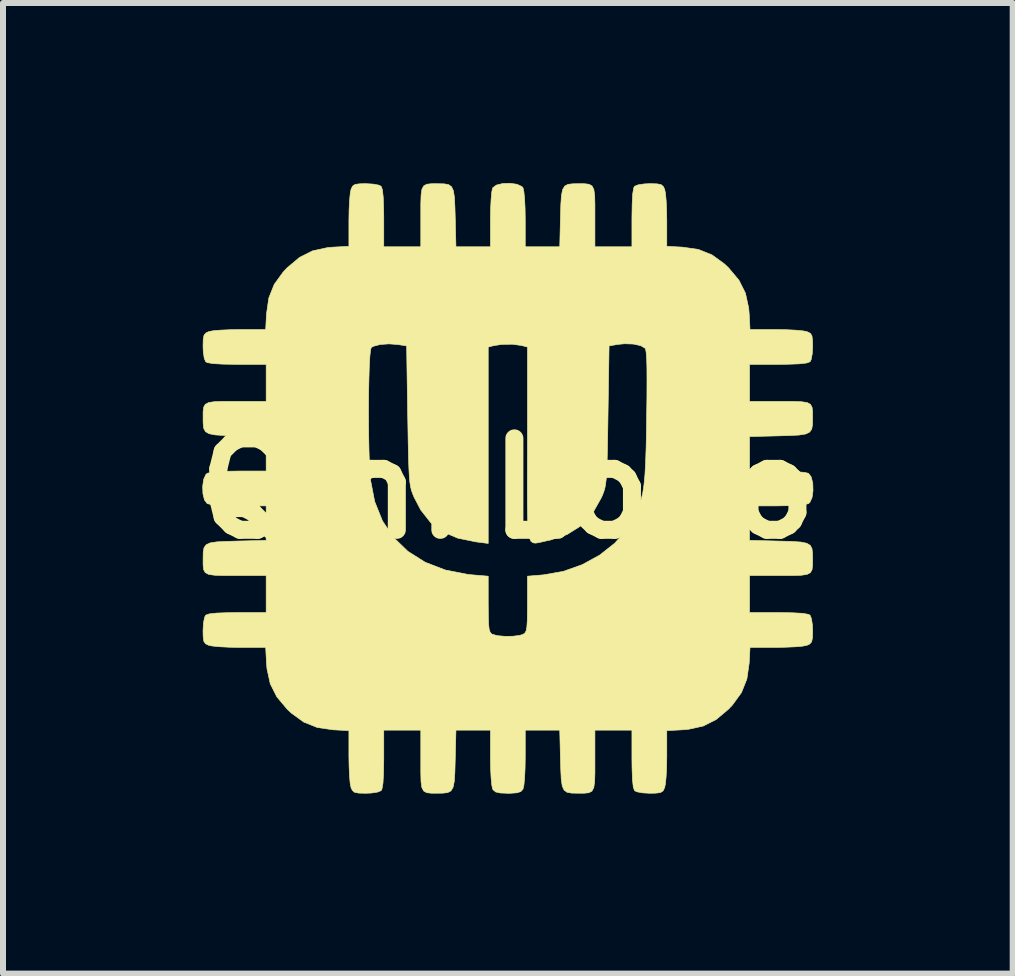
<source format=kicad_pcb>
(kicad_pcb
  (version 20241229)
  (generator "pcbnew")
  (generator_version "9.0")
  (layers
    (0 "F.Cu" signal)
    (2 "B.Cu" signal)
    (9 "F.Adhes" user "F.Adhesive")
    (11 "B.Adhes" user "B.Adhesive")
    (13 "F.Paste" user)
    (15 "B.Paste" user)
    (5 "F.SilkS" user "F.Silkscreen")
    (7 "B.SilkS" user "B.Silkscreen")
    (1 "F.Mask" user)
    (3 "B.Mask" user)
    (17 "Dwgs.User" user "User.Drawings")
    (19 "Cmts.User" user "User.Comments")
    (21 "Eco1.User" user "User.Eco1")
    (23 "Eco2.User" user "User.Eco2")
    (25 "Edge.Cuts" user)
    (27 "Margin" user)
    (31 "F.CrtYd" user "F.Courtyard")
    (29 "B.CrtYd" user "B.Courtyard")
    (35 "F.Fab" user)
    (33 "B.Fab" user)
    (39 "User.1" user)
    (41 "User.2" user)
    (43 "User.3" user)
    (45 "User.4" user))
  (footprint "QmkLogo"
    (layer "F.Cu")
    (at 5.414 5.091)
    (property "Reference" "QmkLogo" (at 0 0 0) (layer "F.SilkS") (effects (font (size 1.524 1.524) (thickness 0.3))))
    (attr through_hole)
    (fp_poly (pts (xy 0.152 -5.07) (xy 0.234 -5.032) (xy 0.253 -5.01) (xy 0.267 -4.948) (xy 0.279 -4.83) (xy 0.287 -4.672) (xy 0.29 -4.493) (xy 0.29 -4.484) (xy 0.29 -4.028) (xy 0.865 -4.028) (xy 0.877 -4.519) (xy 0.883 -4.731) (xy 0.893 -4.882) (xy 0.913 -4.981) (xy 0.948 -5.04) (xy 1.003 -5.069) (xy 1.085 -5.078) (xy 1.167 -5.079) (xy 1.276 -5.079) (xy 1.353 -5.07) (xy 1.403 -5.042) (xy 1.433 -4.984) (xy 1.447 -4.885) (xy 1.451 -4.734) (xy 1.451 -4.532) (xy 1.451 -4.028) (xy 2.068 -4.028) (xy 2.068 -4.51) (xy 2.072 -4.746) (xy 2.081 -4.912) (xy 2.098 -5.009) (xy 2.112 -5.036) (xy 2.17 -5.06) (xy 2.275 -5.076) (xy 2.367 -5.08) (xy 2.487 -5.077) (xy 2.556 -5.063) (xy 2.593 -5.03) (xy 2.613 -4.987) (xy 2.628 -4.914) (xy 2.639 -4.788) (xy 2.646 -4.626) (xy 2.649 -4.465) (xy 2.649 -4.036) (xy 2.912 -4.022) (xy 3.175 -3.984) (xy 3.401 -3.894) (xy 3.608 -3.744) (xy 3.678 -3.678) (xy 3.851 -3.472) (xy 3.96 -3.255) (xy 4.014 -3.007) (xy 4.022 -2.912) (xy 4.036 -2.649) (xy 4.465 -2.649) (xy 4.643 -2.646) (xy 4.802 -2.638) (xy 4.924 -2.626) (xy 4.987 -2.613) (xy 5.04 -2.587) (xy 5.068 -2.544) (xy 5.078 -2.466) (xy 5.08 -2.367) (xy 5.073 -2.244) (xy 5.055 -2.149) (xy 5.036 -2.112) (xy 4.979 -2.091) (xy 4.856 -2.077) (xy 4.663 -2.07) (xy 4.51 -2.068) (xy 4.028 -2.068) (xy 4.028 -1.451) (xy 4.532 -1.451) (xy 4.742 -1.451) (xy 4.89 -1.446) (xy 4.987 -1.432) (xy 5.044 -1.401) (xy 5.071 -1.35) (xy 5.079 -1.272) (xy 5.079 -1.167) (xy 5.077 -1.062) (xy 5.064 -0.988) (xy 5.028 -0.938) (xy 4.961 -0.907) (xy 4.85 -0.89) (xy 4.685 -0.882) (xy 4.519 -0.877) (xy 4.028 -0.865) (xy 4.028 -0.29) (xy 4.484 -0.29) (xy 4.664 -0.287) (xy 4.823 -0.279) (xy 4.943 -0.268) (xy 5.008 -0.253) (xy 5.01 -0.253) (xy 5.056 -0.192) (xy 5.082 -0.087) (xy 5.086 0.036) (xy 5.07 0.152) (xy 5.032 0.234) (xy 5.01 0.253) (xy 4.948 0.267) (xy 4.83 0.279) (xy 4.672 0.287) (xy 4.493 0.29) (xy 4.484 0.29) (xy 4.028 0.29) (xy 4.028 0.865) (xy 4.519 0.877) (xy 4.731 0.883) (xy 4.882 0.893) (xy 4.981 0.913) (xy 5.04 0.948) (xy 5.069 1.003) (xy 5.078 1.085) (xy 5.079 1.167) (xy 5.079 1.276) (xy 5.07 1.353) (xy 5.042 1.403) (xy 4.984 1.433) (xy 4.885 1.447) (xy 4.734 1.451) (xy 4.532 1.451) (xy 4.028 1.451) (xy 4.028 2.068) (xy 4.51 2.068) (xy 4.746 2.072) (xy 4.912 2.081) (xy 5.009 2.098) (xy 5.036 2.112) (xy 5.06 2.17) (xy 5.076 2.275) (xy 5.08 2.367) (xy 5.077 2.487) (xy 5.063 2.556) (xy 5.03 2.593) (xy 4.987 2.613) (xy 4.914 2.628) (xy 4.788 2.639) (xy 4.626 2.646) (xy 4.465 2.649) (xy 4.036 2.649) (xy 4.022 2.912) (xy 3.984 3.175) (xy 3.894 3.401) (xy 3.744 3.608) (xy 3.678 3.678) (xy 3.472 3.851) (xy 3.255 3.96) (xy 3.007 4.014) (xy 2.912 4.022) (xy 2.649 4.036) (xy 2.649 4.465) (xy 2.646 4.643) (xy 2.638 4.802) (xy 2.626 4.924) (xy 2.613 4.987) (xy 2.587 5.04) (xy 2.544 5.068) (xy 2.466 5.078) (xy 2.367 5.08) (xy 2.244 5.073) (xy 2.149 5.055) (xy 2.112 5.036) (xy 2.091 4.979) (xy 2.077 4.856) (xy 2.07 4.663) (xy 2.068 4.51) (xy 2.068 4.028) (xy 1.451 4.028) (xy 1.451 4.532) (xy 1.451 4.742) (xy 1.446 4.89) (xy 1.432 4.987) (xy 1.401 5.044) (xy 1.35 5.071) (xy 1.272 5.079) (xy 1.167 5.079) (xy 1.062 5.077) (xy 0.988 5.064) (xy 0.938 5.028) (xy 0.907 4.961) (xy 0.89 4.85) (xy 0.882 4.685) (xy 0.877 4.519) (xy 0.865 4.028) (xy 0.29 4.028) (xy 0.29 4.484) (xy 0.287 4.664) (xy 0.279 4.823) (xy 0.268 4.943) (xy 0.253 5.008) (xy 0.253 5.01) (xy 0.217 5.051) (xy 0.153 5.072) (xy 0.042 5.08) (xy 0 5.08) (xy -0.128 5.075) (xy -0.203 5.058) (xy -0.245 5.023) (xy -0.253 5.01) (xy -0.267 4.948) (xy -0.279 4.83) (xy -0.287 4.672) (xy -0.29 4.493) (xy -0.29 4.484) (xy -0.29 4.028) (xy -0.865 4.028) (xy -0.877 4.519) (xy -0.883 4.731) (xy -0.893 4.882) (xy -0.913 4.981) (xy -0.948 5.04) (xy -1.003 5.069) (xy -1.085 5.078) (xy -1.167 5.079) (xy -1.276 5.079) (xy -1.353 5.07) (xy -1.403 5.042) (xy -1.433 4.984) (xy -1.447 4.885) (xy -1.451 4.734) (xy -1.451 4.532) (xy -1.451 4.028) (xy -2.068 4.028) (xy -2.068 4.51) (xy -2.072 4.746) (xy -2.081 4.912) (xy -2.098 5.009) (xy -2.112 5.036) (xy -2.17 5.06) (xy -2.275 5.076) (xy -2.367 5.08) (xy -2.487 5.077) (xy -2.556 5.063) (xy -2.593 5.03) (xy -2.613 4.987) (xy -2.628 4.914) (xy -2.639 4.788) (xy -2.646 4.626) (xy -2.649 4.465) (xy -2.649 4.036) (xy -2.912 4.022) (xy -3.175 3.984) (xy -3.401 3.894) (xy -3.608 3.744) (xy -3.678 3.678) (xy -3.851 3.472) (xy -3.96 3.255) (xy -4.014 3.007) (xy -4.022 2.912) (xy -4.036 2.649) (xy -4.465 2.649) (xy -4.643 2.646) (xy -4.802 2.638) (xy -4.924 2.626) (xy -4.987 2.613) (xy -5.04 2.587) (xy -5.068 2.544) (xy -5.078 2.466) (xy -5.08 2.367) (xy -5.073 2.244) (xy -5.055 2.149) (xy -5.036 2.112) (xy -4.979 2.091) (xy -4.856 2.077) (xy -4.663 2.07) (xy -4.51 2.068) (xy -4.028 2.068) (xy -4.028 1.451) (xy -4.532 1.451) (xy -4.742 1.451) (xy -4.89 1.446) (xy -4.987 1.432) (xy -5.044 1.401) (xy -5.071 1.35) (xy -5.079 1.272) (xy -5.079 1.167) (xy -5.077 1.062) (xy -5.064 0.988) (xy -5.028 0.938) (xy -4.961 0.907) (xy -4.85 0.89) (xy -4.685 0.882) (xy -4.519 0.877) (xy -4.028 0.865) (xy -4.028 0.29) (xy -4.484 0.29) (xy -4.664 0.287) (xy -4.823 0.279) (xy -4.943 0.268) (xy -5.008 0.253) (xy -5.01 0.253) (xy -5.056 0.192) (xy -5.082 0.087) (xy -5.086 -0.036) (xy -5.07 -0.152) (xy -5.032 -0.234) (xy -5.01 -0.253) (xy -4.948 -0.267) (xy -4.83 -0.279) (xy -4.672 -0.287) (xy -4.493 -0.29) (xy -4.484 -0.29) (xy -4.028 -0.29) (xy -4.028 -0.865) (xy -4.519 -0.877) (xy -4.731 -0.883) (xy -4.882 -0.893) (xy -4.981 -0.913) (xy -5.04 -0.948) (xy -5.069 -1.003) (xy -5.078 -1.085) (xy -5.079 -1.167) (xy -5.079 -1.276) (xy -5.07 -1.353) (xy -5.062 -1.368) (xy -2.322 -1.368) (xy -2.322 -1.114) (xy -2.319 -0.864) (xy -2.314 -0.627) (xy -2.307 -0.414) (xy -2.298 -0.238) (xy -2.289 -0.142) (xy -2.219 0.219) (xy -2.09 0.54) (xy -1.904 0.817) (xy -1.667 1.047) (xy -1.379 1.229) (xy -1.045 1.358) (xy -0.668 1.432) (xy -0.59 1.44) (xy -0.327 1.462) (xy -0.327 1.927) (xy -0.325 2.121) (xy -0.321 2.256) (xy -0.312 2.343) (xy -0.296 2.394) (xy -0.272 2.423) (xy -0.263 2.428) (xy -0.179 2.453) (xy -0.054 2.464) (xy 0.083 2.463) (xy 0.201 2.448) (xy 0.256 2.43) (xy 0.285 2.408) (xy 0.305 2.372) (xy 0.317 2.308) (xy 0.324 2.204) (xy 0.326 2.048) (xy 0.327 1.927) (xy 0.327 1.462) (xy 0.592 1.44) (xy 0.923 1.382) (xy 1.241 1.269) (xy 1.531 1.11) (xy 1.783 0.911) (xy 1.984 0.679) (xy 2.074 0.531) (xy 2.133 0.413) (xy 2.181 0.304) (xy 2.219 0.195) (xy 2.248 0.076) (xy 2.269 -0.063) (xy 2.285 -0.231) (xy 2.296 -0.438) (xy 2.305 -0.693) (xy 2.311 -1.007) (xy 2.313 -1.171) (xy 2.318 -1.52) (xy 2.319 -1.8) (xy 2.318 -2.018) (xy 2.313 -2.175) (xy 2.304 -2.278) (xy 2.293 -2.331) (xy 2.289 -2.336) (xy 2.215 -2.38) (xy 2.092 -2.407) (xy 1.945 -2.412) (xy 1.832 -2.401) (xy 1.687 -2.376) (xy 1.669 -1.215) (xy 1.664 -0.894) (xy 1.659 -0.637) (xy 1.654 -0.435) (xy 1.648 -0.279) (xy 1.64 -0.16) (xy 1.629 -0.071) (xy 1.616 -0.001) (xy 1.598 0.058) (xy 1.576 0.114) (xy 1.557 0.156) (xy 1.409 0.419) (xy 1.22 0.621) (xy 0.988 0.767) (xy 0.707 0.86) (xy 0.657 0.87) (xy 0.579 0.888) (xy 0.514 0.903) (xy 0.461 0.911) (xy 0.419 0.905) (xy 0.386 0.881) (xy 0.362 0.83) (xy 0.346 0.749) (xy 0.335 0.63) (xy 0.329 0.469) (xy 0.326 0.258) (xy 0.325 -0.008) (xy 0.326 -0.334) (xy 0.327 -0.725) (xy 0.327 -2.357) (xy 0.227 -2.383) (xy 0.074 -2.404) (xy -0.102 -2.401) (xy -0.233 -2.381) (xy -0.327 -2.357) (xy -0.327 0.916) (xy -0.531 0.89) (xy -0.834 0.828) (xy -1.084 0.723) (xy -1.287 0.568) (xy -1.452 0.358) (xy -1.563 0.145) (xy -1.587 0.087) (xy -1.607 0.031) (xy -1.622 -0.032) (xy -1.634 -0.112) (xy -1.643 -0.216) (xy -1.65 -0.354) (xy -1.656 -0.534) (xy -1.661 -0.765) (xy -1.666 -1.056) (xy -1.669 -1.215) (xy -1.687 -2.376) (xy -1.832 -2.399) (xy -1.981 -2.41) (xy -2.126 -2.4) (xy -2.24 -2.37) (xy -2.277 -2.349) (xy -2.289 -2.304) (xy -2.3 -2.197) (xy -2.309 -2.039) (xy -2.315 -1.841) (xy -2.32 -1.614) (xy -2.322 -1.368) (xy -5.062 -1.368) (xy -5.042 -1.403) (xy -4.984 -1.433) (xy -4.885 -1.447) (xy -4.734 -1.451) (xy -4.532 -1.451) (xy -4.028 -1.451) (xy -4.028 -2.068) (xy -4.51 -2.068) (xy -4.746 -2.072) (xy -4.912 -2.081) (xy -5.009 -2.098) (xy -5.036 -2.112) (xy -5.06 -2.17) (xy -5.076 -2.275) (xy -5.08 -2.367) (xy -5.077 -2.487) (xy -5.063 -2.556) (xy -5.03 -2.593) (xy -4.987 -2.613) (xy -4.914 -2.628) (xy -4.788 -2.639) (xy -4.626 -2.646) (xy -4.465 -2.649) (xy -4.036 -2.649) (xy -4.022 -2.912) (xy -3.984 -3.175) (xy -3.894 -3.401) (xy -3.744 -3.608) (xy -3.678 -3.678) (xy -3.472 -3.851) (xy -3.255 -3.96) (xy -3.007 -4.014) (xy -2.912 -4.022) (xy -2.649 -4.036) (xy -2.649 -4.465) (xy -2.646 -4.643) (xy -2.638 -4.802) (xy -2.626 -4.924) (xy -2.613 -4.987) (xy -2.587 -5.04) (xy -2.544 -5.068) (xy -2.466 -5.078) (xy -2.367 -5.08) (xy -2.244 -5.073) (xy -2.149 -5.055) (xy -2.112 -5.036) (xy -2.091 -4.979) (xy -2.077 -4.856) (xy -2.07 -4.663) (xy -2.068 -4.51) (xy -2.068 -4.028) (xy -1.451 -4.028) (xy -1.451 -4.532) (xy -1.451 -4.742) (xy -1.446 -4.89) (xy -1.432 -4.987) (xy -1.401 -5.044) (xy -1.35 -5.071) (xy -1.272 -5.079) (xy -1.167 -5.079) (xy -1.062 -5.077) (xy -0.988 -5.064) (xy -0.938 -5.028) (xy -0.907 -4.961) (xy -0.89 -4.85) (xy -0.882 -4.685) (xy -0.877 -4.519) (xy -0.865 -4.028) (xy -0.29 -4.028) (xy -0.29 -4.484) (xy -0.287 -4.664) (xy -0.279 -4.823) (xy -0.268 -4.943) (xy -0.253 -5.008) (xy -0.253 -5.01) (xy -0.192 -5.056) (xy -0.087 -5.082) (xy 0.036 -5.086) (xy 0.152 -5.07)) (stroke (width 0.01) (type solid)) (fill yes) (layer "F.SilkS")))
  (gr_rect
    (start -3 -3)
    (end 13.828 13.176)
    (stroke (width 0.1) (type default))
    (fill no)
    (layer "Edge.Cuts")))
</source>
